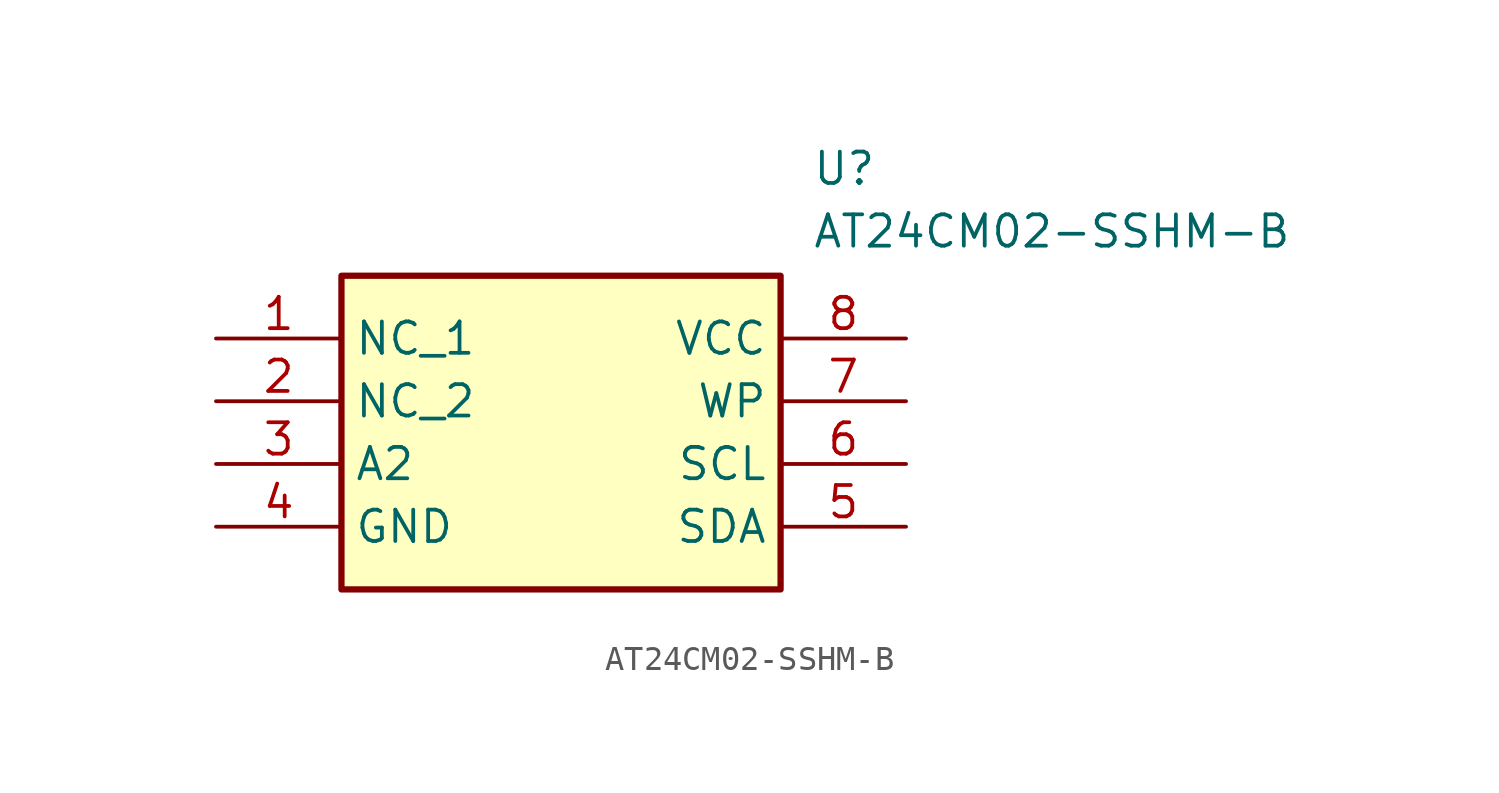
<source format=kicad_sym>
(kicad_symbol_lib
  (version 20211014)
  (generator SamacSys_ECAD_Model)
  (symbol "AT24CM02-SSHM-B"
    (property "Reference" "U"
      (at 24.13 7.62 0)
      (effects (font (size 1.27 1.27)) (justify left top)))
    (property "Value" "AT24CM02-SSHM-B"
      (at 24.13 5.08 0)
      (effects (font (size 1.27 1.27)) (justify left top)))
    (rectangle
      (start 5.08 2.54)
      (end 22.86 -10.16)
      (stroke (width 0.254) (type default))
      (fill (type background)))
    (pin passive line
      (at 0 0 0)
      (length 5.08)
      (name "NC_1" (effects (font (size 1.27 1.27))))
      (number "1" (effects (font (size 1.27 1.27)))))
    (pin passive line
      (at 0 -2.54 0)
      (length 5.08)
      (name "NC_2" (effects (font (size 1.27 1.27))))
      (number "2" (effects (font (size 1.27 1.27)))))
    (pin passive line
      (at 0 -5.08 0)
      (length 5.08)
      (name "A2" (effects (font (size 1.27 1.27))))
      (number "3" (effects (font (size 1.27 1.27)))))
    (pin passive line
      (at 0 -7.62 0)
      (length 5.08)
      (name "GND" (effects (font (size 1.27 1.27))))
      (number "4" (effects (font (size 1.27 1.27)))))
    (pin passive line
      (at 27.94 0 180)
      (length 5.08)
      (name "VCC" (effects (font (size 1.27 1.27))))
      (number "8" (effects (font (size 1.27 1.27)))))
    (pin passive line
      (at 27.94 -2.54 180)
      (length 5.08)
      (name "WP" (effects (font (size 1.27 1.27))))
      (number "7" (effects (font (size 1.27 1.27)))))
    (pin passive line
      (at 27.94 -5.08 180)
      (length 5.08)
      (name "SCL" (effects (font (size 1.27 1.27))))
      (number "6" (effects (font (size 1.27 1.27)))))
    (pin passive line
      (at 27.94 -7.62 180)
      (length 5.08)
      (name "SDA" (effects (font (size 1.27 1.27))))
      (number "5" (effects (font (size 1.27 1.27)))))))
</source>
